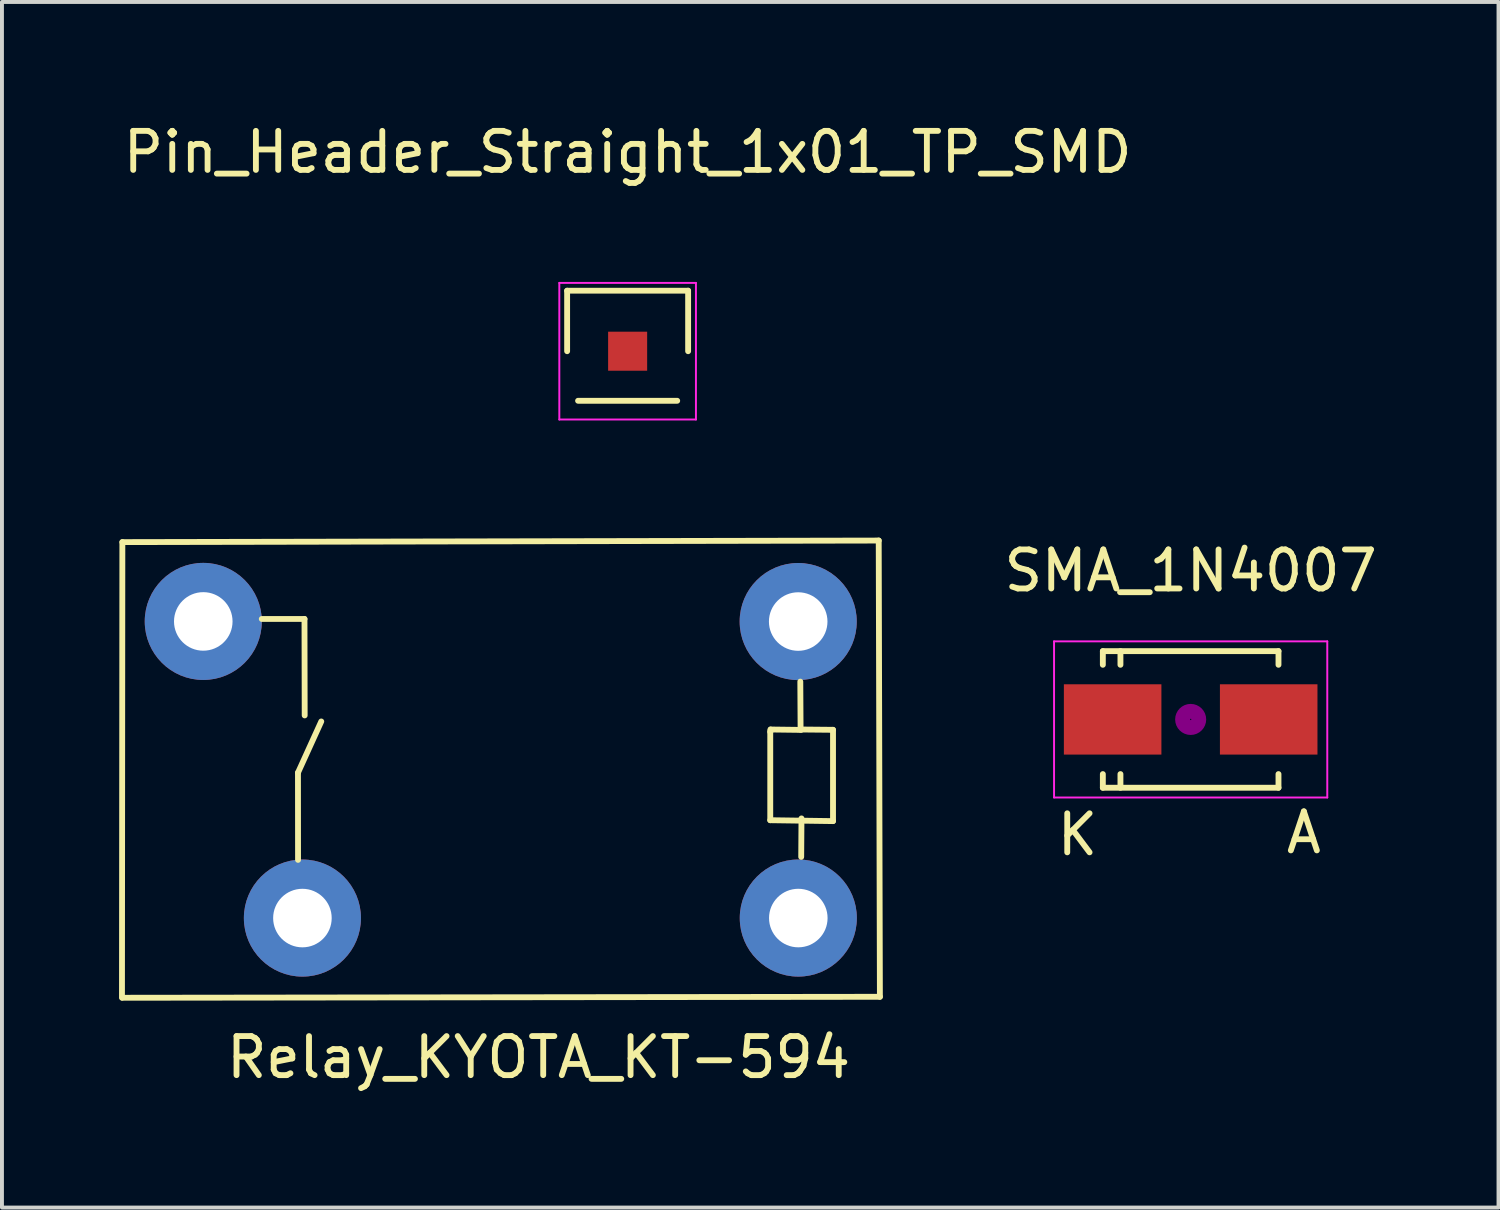
<source format=kicad_pcb>
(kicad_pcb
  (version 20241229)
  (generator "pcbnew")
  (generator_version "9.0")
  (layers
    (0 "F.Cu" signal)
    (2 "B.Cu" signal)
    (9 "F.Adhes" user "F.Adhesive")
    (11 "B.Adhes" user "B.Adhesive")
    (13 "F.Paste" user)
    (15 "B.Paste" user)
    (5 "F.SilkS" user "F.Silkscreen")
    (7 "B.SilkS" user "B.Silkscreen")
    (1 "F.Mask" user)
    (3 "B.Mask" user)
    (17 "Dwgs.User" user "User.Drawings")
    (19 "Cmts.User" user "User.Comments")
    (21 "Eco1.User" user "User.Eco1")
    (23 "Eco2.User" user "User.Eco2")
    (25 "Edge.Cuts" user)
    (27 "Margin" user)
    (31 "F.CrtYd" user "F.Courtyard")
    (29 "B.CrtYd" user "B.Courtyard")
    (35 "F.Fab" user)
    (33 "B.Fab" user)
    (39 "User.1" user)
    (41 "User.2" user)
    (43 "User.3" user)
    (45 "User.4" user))
  (footprint "SMA_1N4007"
    (layer "F.Cu")
    (at 27.455 15.382)
    (property "Reference" "SMA_1N4007" (at 0 -3.81 0) (layer "F.SilkS") (effects (font (size 1 1) (thickness 0.15))))
    (attr smd)
    (fp_line (start -2.25 -1.75) (end -2.25 -1.4) (stroke (width 0.15) (type solid)) (layer "F.SilkS"))
    (fp_line (start -2.25 -1.75) (end 2.25 -1.75) (stroke (width 0.15) (type solid)) (layer "F.SilkS"))
    (fp_line (start -2.25 1.75) (end -2.25 1.4) (stroke (width 0.15) (type solid)) (layer "F.SilkS"))
    (fp_line (start -2.25 1.75) (end 2.25 1.75) (stroke (width 0.15) (type solid)) (layer "F.SilkS"))
    (fp_line (start -1.799 -1.75) (end -1.799 -1.4) (stroke (width 0.15) (type solid)) (layer "F.SilkS"))
    (fp_line (start -1.799 1.75) (end -1.799 1.4) (stroke (width 0.15) (type solid)) (layer "F.SilkS"))
    (fp_line (start 2.25 -1.75) (end 2.25 -1.4) (stroke (width 0.15) (type solid)) (layer "F.SilkS"))
    (fp_line (start 2.25 1.75) (end 2.25 1.4) (stroke (width 0.15) (type solid)) (layer "F.SilkS"))
    (fp_circle (center 0 0) (end 0.201 -0.051) (stroke (width 0.381) (type solid)) (fill no) (layer "F.Adhes"))
    (fp_line (start -3.5 -2) (end 3.5 -2) (stroke (width 0.05) (type solid)) (layer "F.CrtYd"))
    (fp_line (start -3.5 2) (end -3.5 -2) (stroke (width 0.05) (type solid)) (layer "F.CrtYd"))
    (fp_line (start 3.5 -2) (end 3.5 2) (stroke (width 0.05) (type solid)) (layer "F.CrtYd"))
    (fp_line (start 3.5 2) (end -3.5 2) (stroke (width 0.05) (type solid)) (layer "F.CrtYd"))
    (fp_text user "K" (at -2.9 2.95 0) (layer "F.SilkS") (effects (font (size 1 1) (thickness 0.15))))
    (fp_text user "A" (at 2.9 2.9 0) (layer "F.SilkS") (effects (font (size 1 1) (thickness 0.15))))
    (pad "1" smd rect (at 1.999 0) (size 2.499 1.801) (layers "F.Cu" "F.Mask" "F.Paste"))
    (pad "2" smd rect (at -1.999 0) (size 2.499 1.801) (layers "F.Cu" "F.Mask" "F.Paste")))
  (footprint "Pin_Header_Straight_1x01_TP_SMD"
    (layer "F.Cu")
    (at 13.03 5.948)
    (property "Reference" "Pin_Header_Straight_1x01_TP_SMD" (at 0 -5.1 0) (layer "F.SilkS") (effects (font (size 1 1) (thickness 0.15))))
    (attr through_hole)
    (fp_line (start -1.55 -1.55) (end 1.55 -1.55) (stroke (width 0.15) (type solid)) (layer "F.SilkS"))
    (fp_line (start -1.55 0) (end -1.55 -1.55) (stroke (width 0.15) (type solid)) (layer "F.SilkS"))
    (fp_line (start -1.27 1.27) (end 1.27 1.27) (stroke (width 0.15) (type solid)) (layer "F.SilkS"))
    (fp_line (start 1.55 -1.55) (end 1.55 0) (stroke (width 0.15) (type solid)) (layer "F.SilkS"))
    (fp_line (start -1.75 -1.75) (end -1.75 1.75) (stroke (width 0.05) (type solid)) (layer "F.CrtYd"))
    (fp_line (start -1.75 -1.75) (end 1.75 -1.75) (stroke (width 0.05) (type solid)) (layer "F.CrtYd"))
    (fp_line (start -1.75 1.75) (end 1.75 1.75) (stroke (width 0.05) (type solid)) (layer "F.CrtYd"))
    (fp_line (start 1.75 -1.75) (end 1.75 1.75) (stroke (width 0.05) (type solid)) (layer "F.CrtYd"))
    (pad "1" smd rect (at 0 0) (size 1 1) (layers "F.Cu" "F.Mask" "F.Paste")))
  (footprint "Relay_KYOTA_KT-594"
    (layer "F.Cu")
    (at 17.403 20.471)
    (property "Reference" "Relay_KYOTA_KT-594" (at -6.655 3.569 0) (layer "F.SilkS") (effects (font (size 1 1) (thickness 0.15))))
    (attr through_hole)
    (fp_line (start -17.318 -9.632) (end -17.328 2.04) (stroke (width 0.15) (type solid)) (layer "F.SilkS"))
    (fp_line (start -17.315 2.042) (end 2.09 2.017) (stroke (width 0.15) (type solid)) (layer "F.SilkS"))
    (fp_line (start -13.746 -7.663) (end -12.652 -7.663) (stroke (width 0.15) (type solid)) (layer "F.SilkS"))
    (fp_line (start -12.819 -3.724) (end -12.222 -5.037) (stroke (width 0.15) (type solid)) (layer "F.SilkS"))
    (fp_line (start -12.817 -1.491) (end -12.819 -3.724) (stroke (width 0.15) (type solid)) (layer "F.SilkS"))
    (fp_line (start -12.652 -7.663) (end -12.647 -5.192) (stroke (width 0.15) (type solid)) (layer "F.SilkS"))
    (fp_line (start -0.719 -4.77) (end -0.711 -4.801) (stroke (width 0.15) (type solid)) (layer "F.SilkS"))
    (fp_line (start -0.719 -2.507) (end -0.719 -4.77) (stroke (width 0.15) (type solid)) (layer "F.SilkS"))
    (fp_line (start -0.711 -4.831) (end 0.071 -4.821) (stroke (width 0.15) (type solid)) (layer "F.SilkS"))
    (fp_line (start -0.711 -4.801) (end -0.711 -4.831) (stroke (width 0.15) (type solid)) (layer "F.SilkS"))
    (fp_line (start 0.051 -6.058) (end 0.058 -4.831) (stroke (width 0.15) (type solid)) (layer "F.SilkS"))
    (fp_line (start 0.058 -4.831) (end 0.889 -4.823) (stroke (width 0.15) (type solid)) (layer "F.SilkS"))
    (fp_line (start 0.081 -2.553) (end 0.074 -1.567) (stroke (width 0.15) (type solid)) (layer "F.SilkS"))
    (fp_line (start 0.889 -4.823) (end 0.889 -2.484) (stroke (width 0.15) (type solid)) (layer "F.SilkS"))
    (fp_line (start 0.889 -2.484) (end -0.719 -2.507) (stroke (width 0.15) (type solid)) (layer "F.SilkS"))
    (fp_line (start 2.06 -9.672) (end -17.318 -9.632) (stroke (width 0.15) (type solid)) (layer "F.SilkS"))
    (fp_line (start 2.09 2.017) (end 2.06 -9.672) (stroke (width 0.15) (type solid)) (layer "F.SilkS"))
    (pad "1" thru_hole circle (at -0.00034 -0.00028 90) (size 3 3) (drill 1.5) (layers "*.Cu" "*.Mask"))
    (pad "2" thru_hole circle (at -0.003 -7.597 90) (size 3 3) (drill 1.5) (layers "*.Cu" "*.Mask"))
    (pad "3" thru_hole circle (at -15.245 -7.6 90) (size 3 3) (drill 1.5) (layers "*.Cu" "*.Mask"))
    (pad "4" thru_hole circle (at -12.705 0 90) (size 3 3) (drill 1.5) (layers "*.Cu" "*.Mask")))
  (gr_rect
    (start -3 -3)
    (end 35.342 27.888)
    (stroke (width 0.1) (type default))
    (fill no)
    (layer "Edge.Cuts")))
</source>
